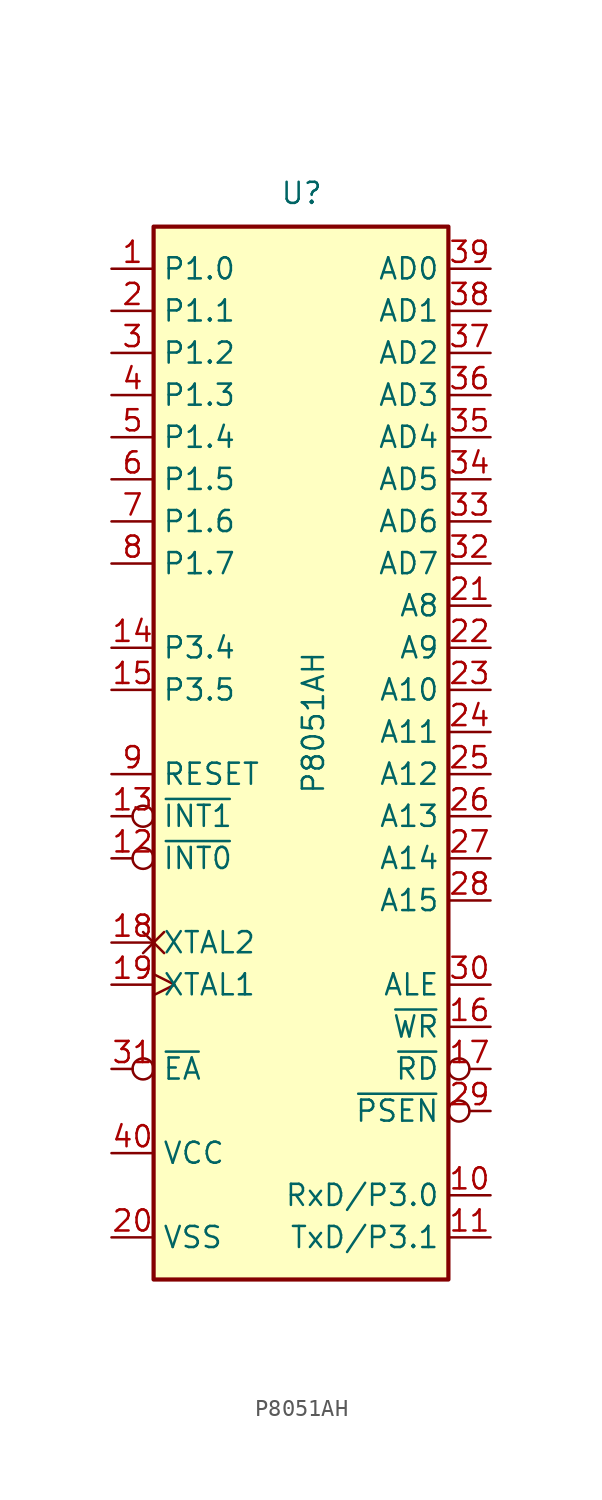
<source format=kicad_sym>
(kicad_symbol_lib
  (version 20231120)
  (generator "kicad_symbol_editor")
  (generator_version "8.0")
  (symbol "P8051AH"
    (property "Reference" "U"
      (at -1.27 31.75 0)
      (effects (font (size 1.27 1.27)) (justify left bottom)))
    (property "Value" "P8051AH"
      (at 0 -3.81 90)
      (effects (font (size 1.27 1.27)) (justify left top)))
    (symbol "P8051AH_0_1"
      (rectangle (start -8.89 -33.02) (end 8.89 30.48) (stroke (width 0.254) (type default)) (fill (type background))))
    (symbol "P8051AH_1_1"
      (pin bidirectional line (at -11.43 27.94 0) (length 2.54) (name "P1.0" (effects (font (size 1.27 1.27)))) (number "1" (effects (font (size 1.27 1.27)))))
      (pin input line (at 11.43 -27.94 180) (length 2.54) (name "RxD/P3.0" (effects (font (size 1.27 1.27)))) (number "10" (effects (font (size 1.27 1.27)))))
      (pin output line (at 11.43 -30.48 180) (length 2.54) (name "TxD/P3.1" (effects (font (size 1.27 1.27)))) (number "11" (effects (font (size 1.27 1.27)))))
      (pin input inverted (at -11.43 -7.62 0) (length 2.54) (name "~{INT0}" (effects (font (size 1.27 1.27)))) (number "12" (effects (font (size 1.27 1.27)))))
      (pin input inverted (at -11.43 -5.08 0) (length 2.54) (name "~{INT1}" (effects (font (size 1.27 1.27)))) (number "13" (effects (font (size 1.27 1.27)))))
      (pin bidirectional line (at -11.43 5.08 0) (length 2.54) (name "P3.4" (effects (font (size 1.27 1.27)))) (number "14" (effects (font (size 1.27 1.27)))))
      (pin bidirectional line (at -11.43 2.54 0) (length 2.54) (name "P3.5" (effects (font (size 1.27 1.27)))) (number "15" (effects (font (size 1.27 1.27)))))
      (pin output line (at 11.43 -17.78 180) (length 2.54) (name "~{WR}" (effects (font (size 1.27 1.27)))) (number "16" (effects (font (size 1.27 1.27)))))
      (pin output inverted (at 11.43 -20.32 180) (length 2.54) (name "~{RD}" (effects (font (size 1.27 1.27)))) (number "17" (effects (font (size 1.27 1.27)))))
      (pin input non_logic (at -11.43 -12.7 0) (length 2.54) (name "XTAL2" (effects (font (size 1.27 1.27)))) (number "18" (effects (font (size 1.27 1.27)))))
      (pin input clock (at -11.43 -15.24 0) (length 2.54) (name "XTAL1" (effects (font (size 1.27 1.27)))) (number "19" (effects (font (size 1.27 1.27)))))
      (pin bidirectional line (at -11.43 25.4 0) (length 2.54) (name "P1.1" (effects (font (size 1.27 1.27)))) (number "2" (effects (font (size 1.27 1.27)))))
      (pin power_in line (at -11.43 -30.48 0) (length 2.54) (name "VSS" (effects (font (size 1.27 1.27)))) (number "20" (effects (font (size 1.27 1.27)))))
      (pin output line (at 11.43 7.62 180) (length 2.54) (name "A8" (effects (font (size 1.27 1.27)))) (number "21" (effects (font (size 1.27 1.27)))))
      (pin output line (at 11.43 5.08 180) (length 2.54) (name "A9" (effects (font (size 1.27 1.27)))) (number "22" (effects (font (size 1.27 1.27)))))
      (pin output line (at 11.43 2.54 180) (length 2.54) (name "A10" (effects (font (size 1.27 1.27)))) (number "23" (effects (font (size 1.27 1.27)))))
      (pin output line (at 11.43 0 180) (length 2.54) (name "A11" (effects (font (size 1.27 1.27)))) (number "24" (effects (font (size 1.27 1.27)))))
      (pin output line (at 11.43 -2.54 180) (length 2.54) (name "A12" (effects (font (size 1.27 1.27)))) (number "25" (effects (font (size 1.27 1.27)))))
      (pin output line (at 11.43 -5.08 180) (length 2.54) (name "A13" (effects (font (size 1.27 1.27)))) (number "26" (effects (font (size 1.27 1.27)))))
      (pin output line (at 11.43 -7.62 180) (length 2.54) (name "A14" (effects (font (size 1.27 1.27)))) (number "27" (effects (font (size 1.27 1.27)))))
      (pin output line (at 11.43 -10.16 180) (length 2.54) (name "A15" (effects (font (size 1.27 1.27)))) (number "28" (effects (font (size 1.27 1.27)))))
      (pin output inverted (at 11.43 -22.86 180) (length 2.54) (name "~{PSEN}" (effects (font (size 1.27 1.27)))) (number "29" (effects (font (size 1.27 1.27)))))
      (pin bidirectional line (at -11.43 22.86 0) (length 2.54) (name "P1.2" (effects (font (size 1.27 1.27)))) (number "3" (effects (font (size 1.27 1.27)))))
      (pin output line (at 11.43 -15.24 180) (length 2.54) (name "ALE" (effects (font (size 1.27 1.27)))) (number "30" (effects (font (size 1.27 1.27)))))
      (pin input inverted (at -11.43 -20.32 0) (length 2.54) (name "~{EA}" (effects (font (size 1.27 1.27)))) (number "31" (effects (font (size 1.27 1.27)))))
      (pin bidirectional line (at 11.43 10.16 180) (length 2.54) (name "AD7" (effects (font (size 1.27 1.27)))) (number "32" (effects (font (size 1.27 1.27)))))
      (pin bidirectional line (at 11.43 12.7 180) (length 2.54) (name "AD6" (effects (font (size 1.27 1.27)))) (number "33" (effects (font (size 1.27 1.27)))))
      (pin bidirectional line (at 11.43 15.24 180) (length 2.54) (name "AD5" (effects (font (size 1.27 1.27)))) (number "34" (effects (font (size 1.27 1.27)))))
      (pin bidirectional line (at 11.43 17.78 180) (length 2.54) (name "AD4" (effects (font (size 1.27 1.27)))) (number "35" (effects (font (size 1.27 1.27)))))
      (pin bidirectional line (at 11.43 20.32 180) (length 2.54) (name "AD3" (effects (font (size 1.27 1.27)))) (number "36" (effects (font (size 1.27 1.27)))))
      (pin bidirectional line (at 11.43 22.86 180) (length 2.54) (name "AD2" (effects (font (size 1.27 1.27)))) (number "37" (effects (font (size 1.27 1.27)))))
      (pin bidirectional line (at 11.43 25.4 180) (length 2.54) (name "AD1" (effects (font (size 1.27 1.27)))) (number "38" (effects (font (size 1.27 1.27)))))
      (pin bidirectional line (at 11.43 27.94 180) (length 2.54) (name "AD0" (effects (font (size 1.27 1.27)))) (number "39" (effects (font (size 1.27 1.27)))))
      (pin bidirectional line (at -11.43 20.32 0) (length 2.54) (name "P1.3" (effects (font (size 1.27 1.27)))) (number "4" (effects (font (size 1.27 1.27)))))
      (pin power_in line (at -11.43 -25.4 0) (length 2.54) (name "VCC" (effects (font (size 1.27 1.27)))) (number "40" (effects (font (size 1.27 1.27)))))
      (pin bidirectional line (at -11.43 17.78 0) (length 2.54) (name "P1.4" (effects (font (size 1.27 1.27)))) (number "5" (effects (font (size 1.27 1.27)))))
      (pin bidirectional line (at -11.43 15.24 0) (length 2.54) (name "P1.5" (effects (font (size 1.27 1.27)))) (number "6" (effects (font (size 1.27 1.27)))))
      (pin bidirectional line (at -11.43 12.7 0) (length 2.54) (name "P1.6" (effects (font (size 1.27 1.27)))) (number "7" (effects (font (size 1.27 1.27)))))
      (pin bidirectional line (at -11.43 10.16 0) (length 2.54) (name "P1.7" (effects (font (size 1.27 1.27)))) (number "8" (effects (font (size 1.27 1.27)))))
      (pin input line (at -11.43 -2.54 0) (length 2.54) (name "RESET" (effects (font (size 1.27 1.27)))) (number "9" (effects (font (size 1.27 1.27))))))))
</source>
